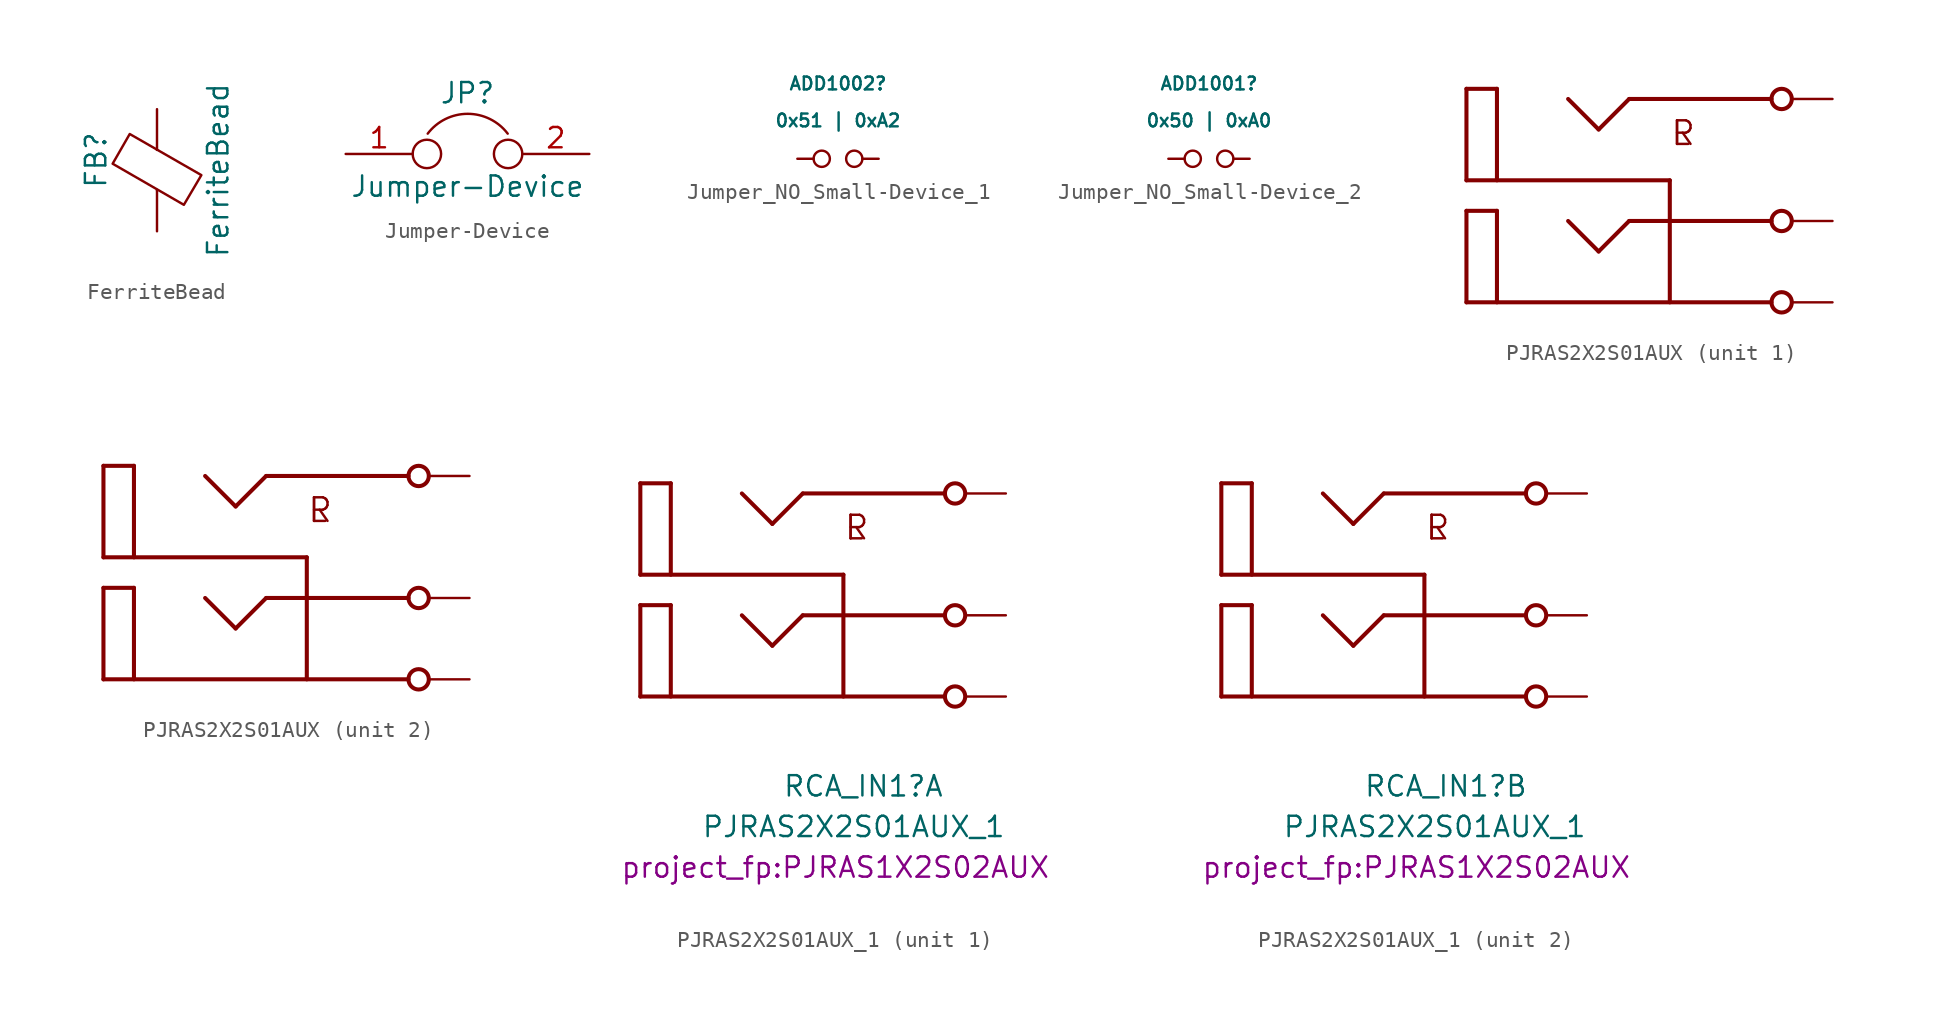
<source format=kicad_sym>
(kicad_symbol_lib
  (version 20241209)
  (generator "kicad_symbol_editor")
  (generator_version "9.0")
  (symbol "FerriteBead"
    (pin_numbers
      (hide yes))
    (pin_names
      (offset 0))
    (property "Reference" "FB"
      (at -3.81 0.635 90)
      (effects (font (size 1.27 1.27))))
    (property "Value" "FerriteBead"
      (at 3.81 0 90)
      (effects (font (size 1.27 1.27))))
    (symbol "FerriteBead_0_1"
      (polyline (pts (xy -2.769 0.406) (xy -1.702 2.261) (xy 2.769 -0.305) (xy 1.676 -2.159) (xy -2.769 0.406)) (stroke (width 0) (type default)) (fill (type none)))
      (polyline (pts (xy 0 1.27) (xy 0 1.295)) (stroke (width 0) (type default)) (fill (type none)))
      (polyline (pts (xy 0 -1.27) (xy 0 -1.219)) (stroke (width 0) (type default)) (fill (type none))))
    (symbol "FerriteBead_1_1"
      (pin passive line (at 0 3.81 270) (length 2.54) (name "~" (effects (font (size 1.27 1.27)))) (number "1" (effects (font (size 1.27 1.27)))))
      (pin passive line (at 0 -3.81 90) (length 2.54) (name "~" (effects (font (size 1.27 1.27)))) (number "2" (effects (font (size 1.27 1.27)))))))
  (symbol "Jumper-Device"
    (pin_names
      (offset 0.762)
      (hide yes))
    (property "Reference" "JP"
      (at 0 3.81 0)
      (effects (font (size 1.27 1.27))))
    (property "Value" "Jumper-Device"
      (at 0 -2.032 0)
      (effects (font (size 1.27 1.27))))
    (symbol "Jumper-Device_0_1"
      (circle (center -2.54 0) (radius 0.889) (stroke (width 0) (type default)) (fill (type none)))
      (arc (start -2.4892 1.27) (mid 0.0127 2.5097) (end 2.5146 1.27) (stroke (width 0) (type default)) (fill (type none)))
      (circle (center 2.54 0) (radius 0.889) (stroke (width 0) (type default)) (fill (type none)))
      (pin passive line (at -7.62 0 0) (length 4.191) (name "1" (effects (font (size 1.27 1.27)))) (number "1" (effects (font (size 1.27 1.27)))))
      (pin passive line (at 7.62 0 180) (length 4.191) (name "2" (effects (font (size 1.27 1.27)))) (number "2" (effects (font (size 1.27 1.27)))))))
  (symbol "Jumper_NO_Small-Device_1"
    (pin_numbers
      (hide yes))
    (pin_names
      (offset 0.762)
      (hide yes))
    (property "Reference" "ADD1002"
      (at 0 4.699 0)
      (effects (font (size 0.8 0.8))))
    (property "Value" "0x51 | 0xA2"
      (at 0 2.388 0)
      (effects (font (size 0.8 0.8))))
    (symbol "Jumper_NO_Small-Device_1_0_1"
      (circle (center -1.016 0) (radius 0.508) (stroke (width 0) (type default)) (fill (type none)))
      (circle (center 1.016 0) (radius 0.508) (stroke (width 0) (type default)) (fill (type none)))
      (pin passive line (at -2.54 0 0) (length 1.016) (name "1" (effects (font (size 1.27 1.27)))) (number "1" (effects (font (size 1.27 1.27)))))
      (pin passive line (at 2.54 0 180) (length 1.016) (name "2" (effects (font (size 1.27 1.27)))) (number "2" (effects (font (size 1.27 1.27)))))))
  (symbol "Jumper_NO_Small-Device_2"
    (pin_numbers
      (hide yes))
    (pin_names
      (offset 0.762)
      (hide yes))
    (property "Reference" "ADD1001"
      (at 0 4.699 0)
      (effects (font (size 0.8 0.8))))
    (property "Value" "0x50 | 0xA0"
      (at 0 2.388 0)
      (effects (font (size 0.8 0.8))))
    (symbol "Jumper_NO_Small-Device_2_0_1"
      (circle (center -1.016 0) (radius 0.508) (stroke (width 0) (type default)) (fill (type none)))
      (circle (center 1.016 0) (radius 0.508) (stroke (width 0) (type default)) (fill (type none)))
      (pin passive line (at -2.54 0 0) (length 1.016) (name "1" (effects (font (size 1.27 1.27)))) (number "1" (effects (font (size 1.27 1.27)))))
      (pin passive line (at 2.54 0 180) (length 1.016) (name "2" (effects (font (size 1.27 1.27)))) (number "2" (effects (font (size 1.27 1.27)))))))
  (symbol "PJRAS2X2S01AUX"
    (pin_numbers
      (hide yes))
    (pin_names
      (offset 1.016)
      (hide yes))
    (property "Reference" "RCA_IN1"
      (at -1.27 -10.16 0)
      (effects (font (size 1.27 1.27)) (justify left bottom) (hide yes)))
    (property "ki_locked" ""
      (at 0 0 0)
      (effects (font (size 1.27 1.27))))
    (symbol "PJRAS2X2S01AUX_0_0"
      (text "L" (at 2.54 5.08 0) (effects (font (size 1.473 1.473)) (justify left top)))
      (text "R" (at 2.54 5.08 0) (effects (font (size 1.473 1.473)) (justify left top))))
    (symbol "PJRAS2X2S01AUX_1_0"
      (polyline (pts (xy -10.16 6.985) (xy -10.16 1.27)) (stroke (width 0.254) (type default)) (fill (type none)))
      (polyline (pts (xy -10.16 6.985) (xy -8.255 6.985)) (stroke (width 0.254) (type default)) (fill (type none)))
      (polyline (pts (xy -10.16 1.27) (xy 2.54 1.27)) (stroke (width 0.254) (type default)) (fill (type none)))
      (polyline (pts (xy -10.16 -0.635) (xy -10.16 -6.35)) (stroke (width 0.254) (type default)) (fill (type none)))
      (polyline (pts (xy -10.16 -0.635) (xy -8.255 -0.635)) (stroke (width 0.254) (type default)) (fill (type none)))
      (polyline (pts (xy -10.16 -6.35) (xy 8.89 -6.35)) (stroke (width 0.254) (type default)) (fill (type none)))
      (polyline (pts (xy -8.255 6.985) (xy -8.255 1.27)) (stroke (width 0.254) (type default)) (fill (type none)))
      (polyline (pts (xy -8.255 -0.635) (xy -8.255 -6.35)) (stroke (width 0.254) (type default)) (fill (type none)))
      (polyline (pts (xy -3.81 6.35) (xy -1.905 4.445)) (stroke (width 0.254) (type default)) (fill (type none)))
      (polyline (pts (xy -3.81 -1.27) (xy -1.905 -3.175)) (stroke (width 0.254) (type default)) (fill (type none)))
      (polyline (pts (xy -1.905 4.445) (xy 0 6.35)) (stroke (width 0.254) (type default)) (fill (type none)))
      (polyline (pts (xy -1.905 -3.175) (xy 0 -1.27)) (stroke (width 0.254) (type default)) (fill (type none)))
      (polyline (pts (xy 0 6.35) (xy 8.89 6.35)) (stroke (width 0.254) (type default)) (fill (type none)))
      (polyline (pts (xy 0 -1.27) (xy 8.89 -1.27)) (stroke (width 0.254) (type default)) (fill (type none)))
      (polyline (pts (xy 2.54 1.27) (xy 2.54 -6.35)) (stroke (width 0.254) (type default)) (fill (type none)))
      (circle (center 9.525 6.35) (radius 0.635) (stroke (width 0.254) (type default)) (fill (type none)))
      (circle (center 9.525 -1.27) (radius 0.635) (stroke (width 0.254) (type default)) (fill (type none)))
      (circle (center 9.525 -6.35) (radius 0.635) (stroke (width 0.254) (type default)) (fill (type none)))
      (pin passive line (at 12.7 6.35 180) (length 2.54) (name "1T2" (effects (font (size 1.016 1.016)))) (number "1T2" (effects (font (size 1.016 1.016)))))
      (pin passive line (at 12.7 -1.27 180) (length 2.54) (name "1T1" (effects (font (size 1.016 1.016)))) (number "1T1" (effects (font (size 1.016 1.016)))))
      (pin passive line (at 12.7 -6.35 180) (length 2.54) (name "1S" (effects (font (size 1.016 1.016)))) (number "1S" (effects (font (size 1.016 1.016))))))
    (symbol "PJRAS2X2S01AUX_2_0"
      (polyline (pts (xy -10.16 6.985) (xy -10.16 1.27)) (stroke (width 0.254) (type default)) (fill (type none)))
      (polyline (pts (xy -10.16 6.985) (xy -8.255 6.985)) (stroke (width 0.254) (type default)) (fill (type none)))
      (polyline (pts (xy -10.16 1.27) (xy 2.54 1.27)) (stroke (width 0.254) (type default)) (fill (type none)))
      (polyline (pts (xy -10.16 -0.635) (xy -10.16 -6.35)) (stroke (width 0.254) (type default)) (fill (type none)))
      (polyline (pts (xy -10.16 -0.635) (xy -8.255 -0.635)) (stroke (width 0.254) (type default)) (fill (type none)))
      (polyline (pts (xy -10.16 -6.35) (xy 8.89 -6.35)) (stroke (width 0.254) (type default)) (fill (type none)))
      (polyline (pts (xy -8.255 6.985) (xy -8.255 1.27)) (stroke (width 0.254) (type default)) (fill (type none)))
      (polyline (pts (xy -8.255 -0.635) (xy -8.255 -6.35)) (stroke (width 0.254) (type default)) (fill (type none)))
      (polyline (pts (xy -3.81 6.35) (xy -1.905 4.445)) (stroke (width 0.254) (type default)) (fill (type none)))
      (polyline (pts (xy -3.81 -1.27) (xy -1.905 -3.175)) (stroke (width 0.254) (type default)) (fill (type none)))
      (polyline (pts (xy -1.905 4.445) (xy 0 6.35)) (stroke (width 0.254) (type default)) (fill (type none)))
      (polyline (pts (xy -1.905 -3.175) (xy 0 -1.27)) (stroke (width 0.254) (type default)) (fill (type none)))
      (polyline (pts (xy 0 6.35) (xy 8.89 6.35)) (stroke (width 0.254) (type default)) (fill (type none)))
      (polyline (pts (xy 0 -1.27) (xy 8.89 -1.27)) (stroke (width 0.254) (type default)) (fill (type none)))
      (polyline (pts (xy 2.54 1.27) (xy 2.54 -6.35)) (stroke (width 0.254) (type default)) (fill (type none)))
      (circle (center 9.525 6.35) (radius 0.635) (stroke (width 0.254) (type default)) (fill (type none)))
      (circle (center 9.525 -1.27) (radius 0.635) (stroke (width 0.254) (type default)) (fill (type none)))
      (circle (center 9.525 -6.35) (radius 0.635) (stroke (width 0.254) (type default)) (fill (type none)))
      (pin passive line (at 12.7 6.35 180) (length 2.54) (name "2T2" (effects (font (size 1.016 1.016)))) (number "2T2" (effects (font (size 1.016 1.016)))))
      (pin passive line (at 12.7 -1.27 180) (length 2.54) (name "2T1" (effects (font (size 1.016 1.016)))) (number "2T1" (effects (font (size 1.016 1.016)))))
      (pin passive line (at 12.7 -6.35 180) (length 2.54) (name "2S" (effects (font (size 1.016 1.016)))) (number "2S" (effects (font (size 1.016 1.016)))))))
  (symbol "PJRAS2X2S01AUX_1"
    (pin_numbers
      (hide yes))
    (pin_names
      (offset 1.016)
      (hide yes))
    (property "Reference" "RCA_IN1"
      (at -1.27 -12.7 0)
      (effects (font (size 1.27 1.27)) (justify left bottom)))
    (property "Value" "PJRAS2X2S01AUX_1"
      (at -6.35 -15.24 0)
      (effects (font (size 1.27 1.27)) (justify left bottom)))
    (property "Footprint" "project_fp:PJRAS1X2S02AUX"
      (at -11.43 -17.78 0)
      (effects (font (size 1.27 1.27)) (justify left bottom)))
    (property "Label" ""
      (at 2.54 -8.89 0)
      (effects (font (size 1.27 1.27))))
    (property "ki_locked" ""
      (at 0 0 0)
      (effects (font (size 1.27 1.27))))
    (symbol "PJRAS2X2S01AUX_1_0_0"
      (text "L" (at 2.54 5.08 0) (effects (font (size 1.473 1.473)) (justify left top)))
      (text "R" (at 2.54 5.08 0) (effects (font (size 1.473 1.473)) (justify left top))))
    (symbol "PJRAS2X2S01AUX_1_1_0"
      (polyline (pts (xy -10.16 6.985) (xy -10.16 1.27)) (stroke (width 0.254) (type default)) (fill (type none)))
      (polyline (pts (xy -10.16 6.985) (xy -8.255 6.985)) (stroke (width 0.254) (type default)) (fill (type none)))
      (polyline (pts (xy -10.16 1.27) (xy 2.54 1.27)) (stroke (width 0.254) (type default)) (fill (type none)))
      (polyline (pts (xy -10.16 -0.635) (xy -10.16 -6.35)) (stroke (width 0.254) (type default)) (fill (type none)))
      (polyline (pts (xy -10.16 -0.635) (xy -8.255 -0.635)) (stroke (width 0.254) (type default)) (fill (type none)))
      (polyline (pts (xy -10.16 -6.35) (xy 8.89 -6.35)) (stroke (width 0.254) (type default)) (fill (type none)))
      (polyline (pts (xy -8.255 6.985) (xy -8.255 1.27)) (stroke (width 0.254) (type default)) (fill (type none)))
      (polyline (pts (xy -8.255 -0.635) (xy -8.255 -6.35)) (stroke (width 0.254) (type default)) (fill (type none)))
      (polyline (pts (xy -3.81 6.35) (xy -1.905 4.445)) (stroke (width 0.254) (type default)) (fill (type none)))
      (polyline (pts (xy -3.81 -1.27) (xy -1.905 -3.175)) (stroke (width 0.254) (type default)) (fill (type none)))
      (polyline (pts (xy -1.905 4.445) (xy 0 6.35)) (stroke (width 0.254) (type default)) (fill (type none)))
      (polyline (pts (xy -1.905 -3.175) (xy 0 -1.27)) (stroke (width 0.254) (type default)) (fill (type none)))
      (polyline (pts (xy 0 6.35) (xy 8.89 6.35)) (stroke (width 0.254) (type default)) (fill (type none)))
      (polyline (pts (xy 0 -1.27) (xy 8.89 -1.27)) (stroke (width 0.254) (type default)) (fill (type none)))
      (polyline (pts (xy 2.54 1.27) (xy 2.54 -6.35)) (stroke (width 0.254) (type default)) (fill (type none)))
      (circle (center 9.525 6.35) (radius 0.635) (stroke (width 0.254) (type default)) (fill (type none)))
      (circle (center 9.525 -1.27) (radius 0.635) (stroke (width 0.254) (type default)) (fill (type none)))
      (circle (center 9.525 -6.35) (radius 0.635) (stroke (width 0.254) (type default)) (fill (type none)))
      (pin passive line (at 12.7 6.35 180) (length 2.54) (name "1T2" (effects (font (size 1.016 1.016)))) (number "1T2" (effects (font (size 1.016 1.016)))))
      (pin passive line (at 12.7 -1.27 180) (length 2.54) (name "1T1" (effects (font (size 1.016 1.016)))) (number "1T1" (effects (font (size 1.016 1.016)))))
      (pin passive line (at 12.7 -6.35 180) (length 2.54) (name "1S" (effects (font (size 1.016 1.016)))) (number "1S" (effects (font (size 1.016 1.016))))))
    (symbol "PJRAS2X2S01AUX_1_2_0"
      (polyline (pts (xy -10.16 6.985) (xy -10.16 1.27)) (stroke (width 0.254) (type default)) (fill (type none)))
      (polyline (pts (xy -10.16 6.985) (xy -8.255 6.985)) (stroke (width 0.254) (type default)) (fill (type none)))
      (polyline (pts (xy -10.16 1.27) (xy 2.54 1.27)) (stroke (width 0.254) (type default)) (fill (type none)))
      (polyline (pts (xy -10.16 -0.635) (xy -10.16 -6.35)) (stroke (width 0.254) (type default)) (fill (type none)))
      (polyline (pts (xy -10.16 -0.635) (xy -8.255 -0.635)) (stroke (width 0.254) (type default)) (fill (type none)))
      (polyline (pts (xy -10.16 -6.35) (xy 8.89 -6.35)) (stroke (width 0.254) (type default)) (fill (type none)))
      (polyline (pts (xy -8.255 6.985) (xy -8.255 1.27)) (stroke (width 0.254) (type default)) (fill (type none)))
      (polyline (pts (xy -8.255 -0.635) (xy -8.255 -6.35)) (stroke (width 0.254) (type default)) (fill (type none)))
      (polyline (pts (xy -3.81 6.35) (xy -1.905 4.445)) (stroke (width 0.254) (type default)) (fill (type none)))
      (polyline (pts (xy -3.81 -1.27) (xy -1.905 -3.175)) (stroke (width 0.254) (type default)) (fill (type none)))
      (polyline (pts (xy -1.905 4.445) (xy 0 6.35)) (stroke (width 0.254) (type default)) (fill (type none)))
      (polyline (pts (xy -1.905 -3.175) (xy 0 -1.27)) (stroke (width 0.254) (type default)) (fill (type none)))
      (polyline (pts (xy 0 6.35) (xy 8.89 6.35)) (stroke (width 0.254) (type default)) (fill (type none)))
      (polyline (pts (xy 0 -1.27) (xy 8.89 -1.27)) (stroke (width 0.254) (type default)) (fill (type none)))
      (polyline (pts (xy 2.54 1.27) (xy 2.54 -6.35)) (stroke (width 0.254) (type default)) (fill (type none)))
      (circle (center 9.525 6.35) (radius 0.635) (stroke (width 0.254) (type default)) (fill (type none)))
      (circle (center 9.525 -1.27) (radius 0.635) (stroke (width 0.254) (type default)) (fill (type none)))
      (circle (center 9.525 -6.35) (radius 0.635) (stroke (width 0.254) (type default)) (fill (type none)))
      (pin passive line (at 12.7 6.35 180) (length 2.54) (name "2T2" (effects (font (size 1.016 1.016)))) (number "2T2" (effects (font (size 1.016 1.016)))))
      (pin passive line (at 12.7 -1.27 180) (length 2.54) (name "2T1" (effects (font (size 1.016 1.016)))) (number "2T1" (effects (font (size 1.016 1.016)))))
      (pin passive line (at 12.7 -6.35 180) (length 2.54) (name "2S" (effects (font (size 1.016 1.016)))) (number "2S" (effects (font (size 1.016 1.016))))))))
</source>
